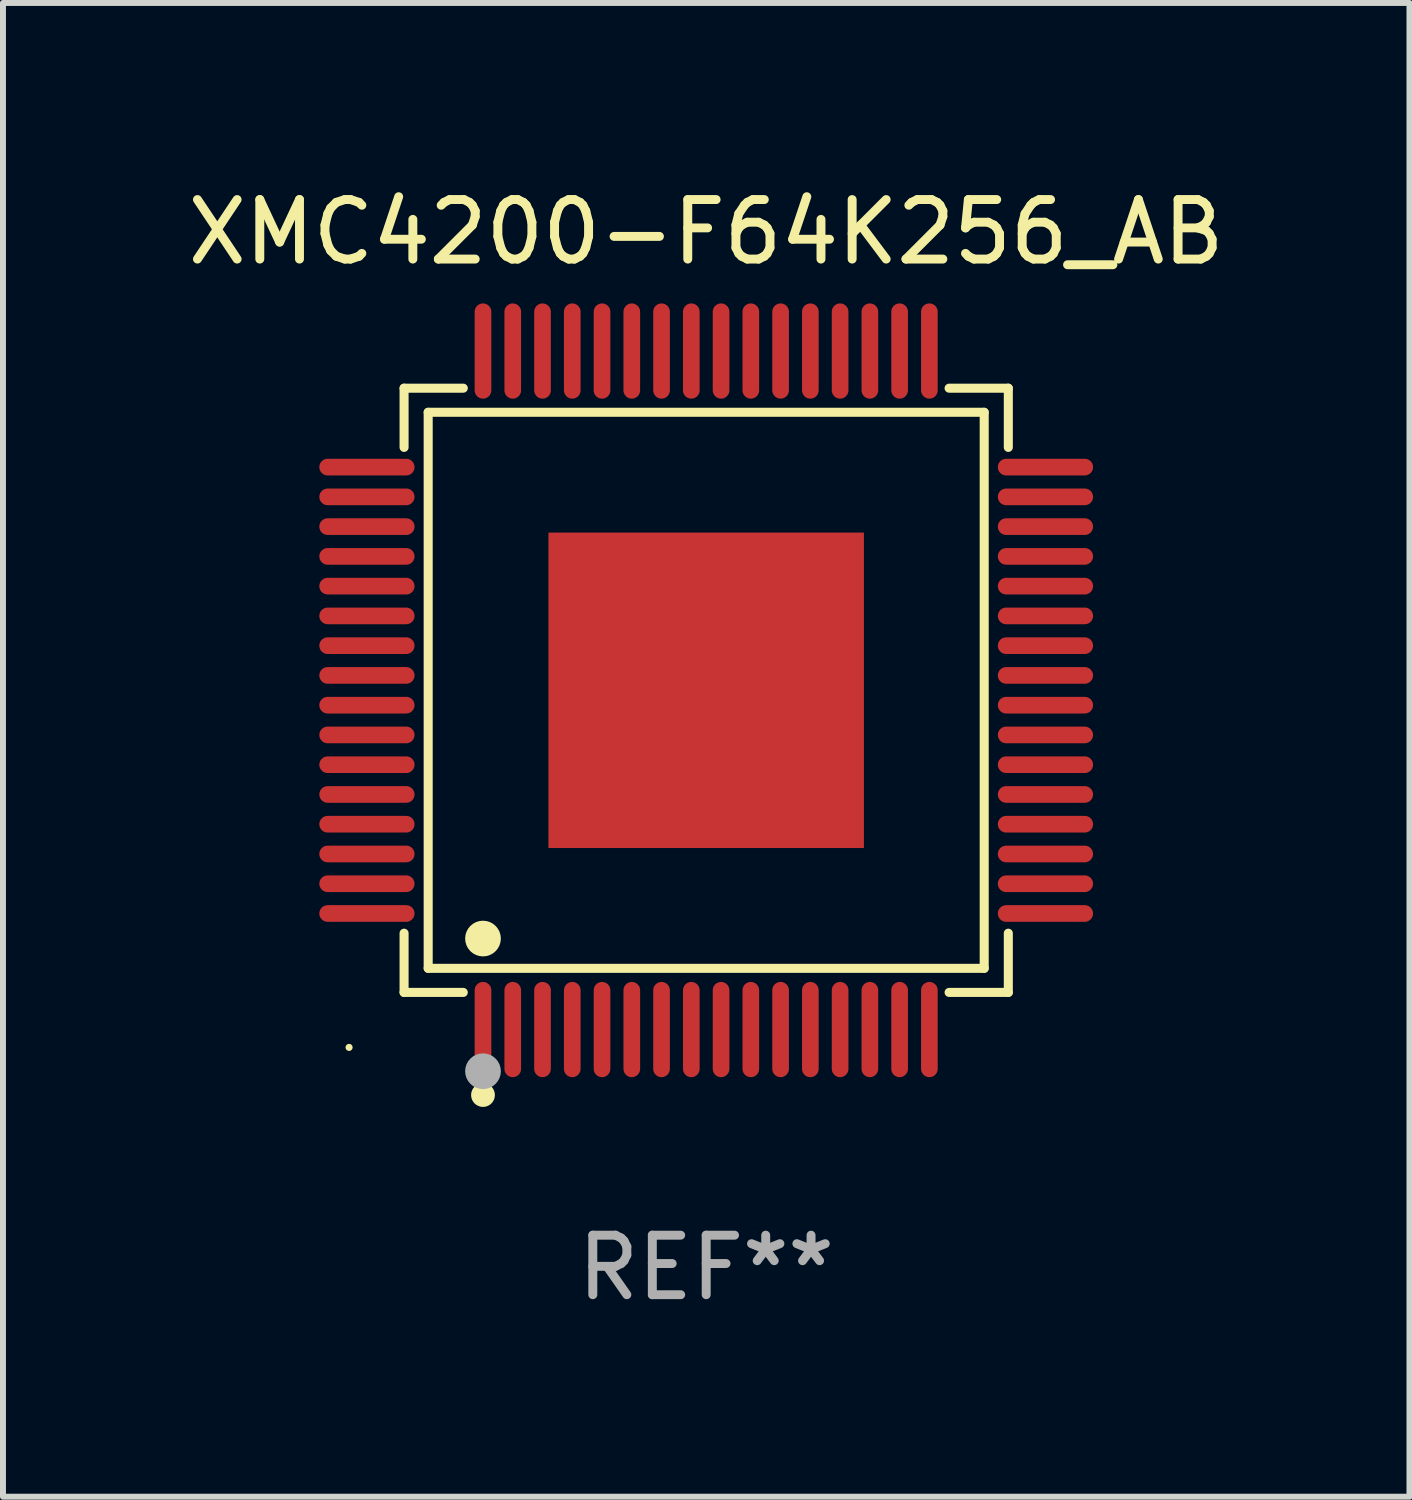
<source format=kicad_pcb>
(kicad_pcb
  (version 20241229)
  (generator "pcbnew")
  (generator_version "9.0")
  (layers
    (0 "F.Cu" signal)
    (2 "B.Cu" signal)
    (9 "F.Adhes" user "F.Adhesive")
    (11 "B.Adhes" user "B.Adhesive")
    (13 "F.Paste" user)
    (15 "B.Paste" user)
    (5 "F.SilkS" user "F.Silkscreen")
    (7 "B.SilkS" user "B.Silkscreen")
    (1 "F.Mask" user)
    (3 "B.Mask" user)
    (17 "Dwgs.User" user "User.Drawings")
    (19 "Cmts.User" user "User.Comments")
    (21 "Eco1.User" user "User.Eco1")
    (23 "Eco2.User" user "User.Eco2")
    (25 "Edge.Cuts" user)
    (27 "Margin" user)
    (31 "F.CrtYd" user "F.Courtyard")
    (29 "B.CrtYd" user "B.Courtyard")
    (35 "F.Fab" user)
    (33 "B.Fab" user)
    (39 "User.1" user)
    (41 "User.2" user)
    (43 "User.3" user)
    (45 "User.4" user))
  (footprint "XMC4200-F64K256_AB"
    (layer "F.Cu")
    (at 8.815 8.548)
    (property "Reference" "XMC4200-F64K256_AB" (at 0 -7.7 0) (layer "F.SilkS") (effects (font (size 1 1) (thickness 0.15))))
    (attr through_hole)
    (fp_line (start -5.076 -5.076) (end -4.081 -5.076) (stroke (width 0.152) (type solid)) (layer "F.SilkS"))
    (fp_line (start -5.076 -4.081) (end -5.076 -5.076) (stroke (width 0.152) (type solid)) (layer "F.SilkS"))
    (fp_line (start -5.076 4.081) (end -5.076 5.076) (stroke (width 0.152) (type solid)) (layer "F.SilkS"))
    (fp_line (start -5.076 5.076) (end -4.081 5.076) (stroke (width 0.152) (type solid)) (layer "F.SilkS"))
    (fp_line (start -4.671 -4.671) (end 4.671 -4.671) (stroke (width 0.152) (type solid)) (layer "F.SilkS"))
    (fp_line (start -4.671 4.671) (end -4.671 -4.671) (stroke (width 0.152) (type solid)) (layer "F.SilkS"))
    (fp_line (start 4.671 -4.671) (end 4.671 4.671) (stroke (width 0.152) (type solid)) (layer "F.SilkS"))
    (fp_line (start 4.671 4.671) (end -4.671 4.671) (stroke (width 0.152) (type solid)) (layer "F.SilkS"))
    (fp_line (start 5.076 -5.076) (end 4.081 -5.076) (stroke (width 0.152) (type solid)) (layer "F.SilkS"))
    (fp_line (start 5.076 -4.081) (end 5.076 -5.076) (stroke (width 0.152) (type solid)) (layer "F.SilkS"))
    (fp_line (start 5.076 4.081) (end 5.076 5.076) (stroke (width 0.152) (type solid)) (layer "F.SilkS"))
    (fp_line (start 5.076 5.076) (end 4.081 5.076) (stroke (width 0.152) (type solid)) (layer "F.SilkS"))
    (fp_circle (center -6 6) (end -5.97 6) (stroke (width 0.06) (type solid)) (fill no) (layer "F.SilkS"))
    (fp_circle (center -3.75 4.171) (end -3.6 4.171) (stroke (width 0.3) (type solid)) (fill no) (layer "F.SilkS"))
    (fp_circle (center -3.75 6.8) (end -3.65 6.8) (stroke (width 0.2) (type solid)) (fill no) (layer "F.SilkS"))
    (fp_circle (center -3.75 6.4) (end -3.6 6.4) (stroke (width 0.3) (type solid)) (fill no) (layer "F.Fab"))
    (fp_text user "REF**" (at 0 9.7 0) (layer "F.Fab") (effects (font (size 1 1) (thickness 0.15))))
    (pad "1" smd oval (at -3.75 5.7) (size 0.28 1.6) (layers "F.Cu" "F.Mask" "F.Paste"))
    (pad "2" smd oval (at -3.25 5.7) (size 0.28 1.6) (layers "F.Cu" "F.Mask" "F.Paste"))
    (pad "3" smd oval (at -2.75 5.7) (size 0.28 1.6) (layers "F.Cu" "F.Mask" "F.Paste"))
    (pad "4" smd oval (at -2.25 5.7) (size 0.28 1.6) (layers "F.Cu" "F.Mask" "F.Paste"))
    (pad "5" smd oval (at -1.75 5.7) (size 0.28 1.6) (layers "F.Cu" "F.Mask" "F.Paste"))
    (pad "6" smd oval (at -1.25 5.7) (size 0.28 1.6) (layers "F.Cu" "F.Mask" "F.Paste"))
    (pad "7" smd oval (at -0.75 5.7) (size 0.28 1.6) (layers "F.Cu" "F.Mask" "F.Paste"))
    (pad "8" smd oval (at -0.25 5.7) (size 0.28 1.6) (layers "F.Cu" "F.Mask" "F.Paste"))
    (pad "9" smd oval (at 0.25 5.7) (size 0.28 1.6) (layers "F.Cu" "F.Mask" "F.Paste"))
    (pad "10" smd oval (at 0.75 5.7) (size 0.28 1.6) (layers "F.Cu" "F.Mask" "F.Paste"))
    (pad "11" smd oval (at 1.25 5.7) (size 0.28 1.6) (layers "F.Cu" "F.Mask" "F.Paste"))
    (pad "12" smd oval (at 1.75 5.7) (size 0.28 1.6) (layers "F.Cu" "F.Mask" "F.Paste"))
    (pad "13" smd oval (at 2.25 5.7) (size 0.28 1.6) (layers "F.Cu" "F.Mask" "F.Paste"))
    (pad "14" smd oval (at 2.75 5.7) (size 0.28 1.6) (layers "F.Cu" "F.Mask" "F.Paste"))
    (pad "15" smd oval (at 3.25 5.7) (size 0.28 1.6) (layers "F.Cu" "F.Mask" "F.Paste"))
    (pad "16" smd oval (at 3.75 5.7) (size 0.28 1.6) (layers "F.Cu" "F.Mask" "F.Paste"))
    (pad "17" smd oval (at 5.7 3.75) (size 1.6 0.28) (layers "F.Cu" "F.Mask" "F.Paste"))
    (pad "18" smd oval (at 5.7 3.25) (size 1.6 0.28) (layers "F.Cu" "F.Mask" "F.Paste"))
    (pad "19" smd oval (at 5.7 2.75) (size 1.6 0.28) (layers "F.Cu" "F.Mask" "F.Paste"))
    (pad "20" smd oval (at 5.7 2.25) (size 1.6 0.28) (layers "F.Cu" "F.Mask" "F.Paste"))
    (pad "21" smd oval (at 5.7 1.75) (size 1.6 0.28) (layers "F.Cu" "F.Mask" "F.Paste"))
    (pad "22" smd oval (at 5.7 1.25) (size 1.6 0.28) (layers "F.Cu" "F.Mask" "F.Paste"))
    (pad "23" smd oval (at 5.7 0.75) (size 1.6 0.28) (layers "F.Cu" "F.Mask" "F.Paste"))
    (pad "24" smd oval (at 5.7 0.25) (size 1.6 0.28) (layers "F.Cu" "F.Mask" "F.Paste"))
    (pad "25" smd oval (at 5.7 -0.25) (size 1.6 0.28) (layers "F.Cu" "F.Mask" "F.Paste"))
    (pad "26" smd oval (at 5.7 -0.75) (size 1.6 0.28) (layers "F.Cu" "F.Mask" "F.Paste"))
    (pad "27" smd oval (at 5.7 -1.25) (size 1.6 0.28) (layers "F.Cu" "F.Mask" "F.Paste"))
    (pad "28" smd oval (at 5.7 -1.75) (size 1.6 0.28) (layers "F.Cu" "F.Mask" "F.Paste"))
    (pad "29" smd oval (at 5.7 -2.25) (size 1.6 0.28) (layers "F.Cu" "F.Mask" "F.Paste"))
    (pad "30" smd oval (at 5.7 -2.75) (size 1.6 0.28) (layers "F.Cu" "F.Mask" "F.Paste"))
    (pad "31" smd oval (at 5.7 -3.25) (size 1.6 0.28) (layers "F.Cu" "F.Mask" "F.Paste"))
    (pad "32" smd oval (at 5.7 -3.75) (size 1.6 0.28) (layers "F.Cu" "F.Mask" "F.Paste"))
    (pad "33" smd oval (at 3.75 -5.7) (size 0.28 1.6) (layers "F.Cu" "F.Mask" "F.Paste"))
    (pad "34" smd oval (at 3.25 -5.7) (size 0.28 1.6) (layers "F.Cu" "F.Mask" "F.Paste"))
    (pad "35" smd oval (at 2.75 -5.7) (size 0.28 1.6) (layers "F.Cu" "F.Mask" "F.Paste"))
    (pad "36" smd oval (at 2.25 -5.7) (size 0.28 1.6) (layers "F.Cu" "F.Mask" "F.Paste"))
    (pad "37" smd oval (at 1.75 -5.7) (size 0.28 1.6) (layers "F.Cu" "F.Mask" "F.Paste"))
    (pad "38" smd oval (at 1.25 -5.7) (size 0.28 1.6) (layers "F.Cu" "F.Mask" "F.Paste"))
    (pad "39" smd oval (at 0.75 -5.7) (size 0.28 1.6) (layers "F.Cu" "F.Mask" "F.Paste"))
    (pad "40" smd oval (at 0.25 -5.7) (size 0.28 1.6) (layers "F.Cu" "F.Mask" "F.Paste"))
    (pad "41" smd oval (at -0.25 -5.7) (size 0.28 1.6) (layers "F.Cu" "F.Mask" "F.Paste"))
    (pad "42" smd oval (at -0.75 -5.7) (size 0.28 1.6) (layers "F.Cu" "F.Mask" "F.Paste"))
    (pad "43" smd oval (at -1.25 -5.7) (size 0.28 1.6) (layers "F.Cu" "F.Mask" "F.Paste"))
    (pad "44" smd oval (at -1.75 -5.7) (size 0.28 1.6) (layers "F.Cu" "F.Mask" "F.Paste"))
    (pad "45" smd oval (at -2.25 -5.7) (size 0.28 1.6) (layers "F.Cu" "F.Mask" "F.Paste"))
    (pad "46" smd oval (at -2.75 -5.7) (size 0.28 1.6) (layers "F.Cu" "F.Mask" "F.Paste"))
    (pad "47" smd oval (at -3.25 -5.7) (size 0.28 1.6) (layers "F.Cu" "F.Mask" "F.Paste"))
    (pad "48" smd oval (at -3.75 -5.7) (size 0.28 1.6) (layers "F.Cu" "F.Mask" "F.Paste"))
    (pad "49" smd oval (at -5.7 -3.75) (size 1.6 0.28) (layers "F.Cu" "F.Mask" "F.Paste"))
    (pad "50" smd oval (at -5.7 -3.25) (size 1.6 0.28) (layers "F.Cu" "F.Mask" "F.Paste"))
    (pad "51" smd oval (at -5.7 -2.75) (size 1.6 0.28) (layers "F.Cu" "F.Mask" "F.Paste"))
    (pad "52" smd oval (at -5.7 -2.25) (size 1.6 0.28) (layers "F.Cu" "F.Mask" "F.Paste"))
    (pad "53" smd oval (at -5.7 -1.75) (size 1.6 0.28) (layers "F.Cu" "F.Mask" "F.Paste"))
    (pad "54" smd oval (at -5.7 -1.25) (size 1.6 0.28) (layers "F.Cu" "F.Mask" "F.Paste"))
    (pad "55" smd oval (at -5.7 -0.75) (size 1.6 0.28) (layers "F.Cu" "F.Mask" "F.Paste"))
    (pad "56" smd oval (at -5.7 -0.25) (size 1.6 0.28) (layers "F.Cu" "F.Mask" "F.Paste"))
    (pad "57" smd oval (at -5.7 0.25) (size 1.6 0.28) (layers "F.Cu" "F.Mask" "F.Paste"))
    (pad "58" smd oval (at -5.7 0.75) (size 1.6 0.28) (layers "F.Cu" "F.Mask" "F.Paste"))
    (pad "59" smd oval (at -5.7 1.25) (size 1.6 0.28) (layers "F.Cu" "F.Mask" "F.Paste"))
    (pad "60" smd oval (at -5.7 1.75) (size 1.6 0.28) (layers "F.Cu" "F.Mask" "F.Paste"))
    (pad "61" smd oval (at -5.7 2.25) (size 1.6 0.28) (layers "F.Cu" "F.Mask" "F.Paste"))
    (pad "62" smd oval (at -5.7 2.75) (size 1.6 0.28) (layers "F.Cu" "F.Mask" "F.Paste"))
    (pad "63" smd oval (at -5.7 3.25) (size 1.6 0.28) (layers "F.Cu" "F.Mask" "F.Paste"))
    (pad "64" smd oval (at -5.7 3.75) (size 1.6 0.28) (layers "F.Cu" "F.Mask" "F.Paste"))
    (pad "65" smd rect (at 0 0) (size 5.3 5.3) (layers "F.Cu" "F.Mask" "F.Paste")))
  (gr_rect
    (start -3 -3)
    (end 20.631 22.097)
    (stroke (width 0.1) (type default))
    (fill no)
    (layer "Edge.Cuts")))
</source>
